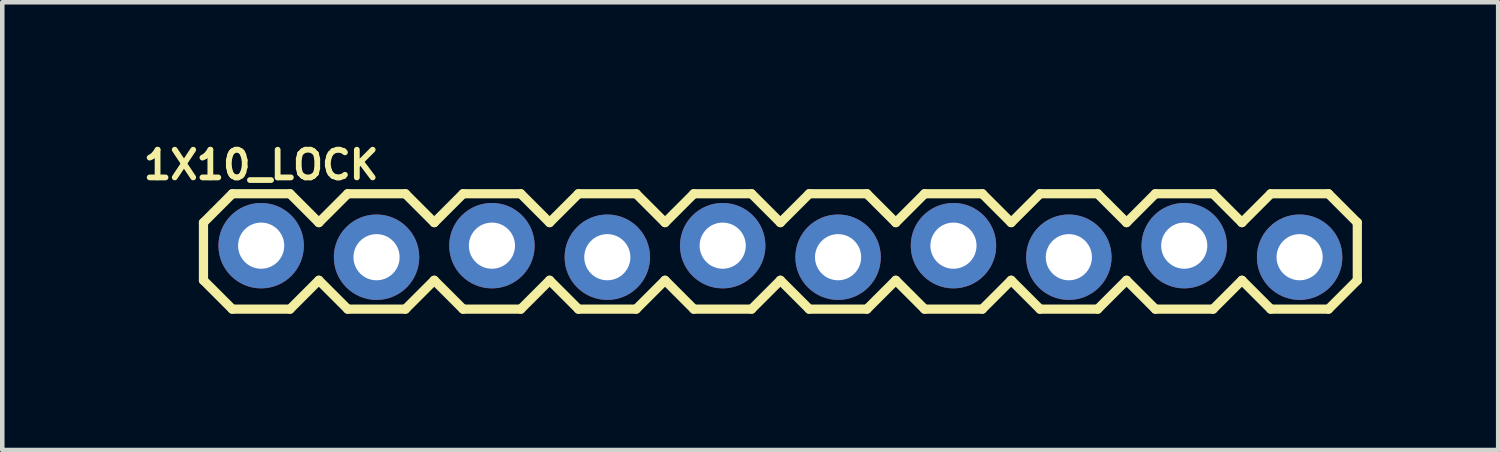
<source format=kicad_pcb>
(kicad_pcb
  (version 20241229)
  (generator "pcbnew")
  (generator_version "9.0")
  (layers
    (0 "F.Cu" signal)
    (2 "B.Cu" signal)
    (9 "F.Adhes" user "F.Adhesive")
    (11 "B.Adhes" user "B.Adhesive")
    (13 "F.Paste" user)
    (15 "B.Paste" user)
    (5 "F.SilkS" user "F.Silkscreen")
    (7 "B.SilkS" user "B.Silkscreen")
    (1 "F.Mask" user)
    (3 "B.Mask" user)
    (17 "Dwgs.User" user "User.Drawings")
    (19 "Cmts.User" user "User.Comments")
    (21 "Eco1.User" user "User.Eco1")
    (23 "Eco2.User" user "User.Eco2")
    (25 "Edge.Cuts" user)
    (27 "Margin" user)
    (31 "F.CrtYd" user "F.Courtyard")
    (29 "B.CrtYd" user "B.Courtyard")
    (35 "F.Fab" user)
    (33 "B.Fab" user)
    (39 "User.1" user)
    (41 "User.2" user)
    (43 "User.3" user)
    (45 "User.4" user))
  (footprint "1X10_LOCK"
    (layer "F.Cu")
    (at 2.699 2.485)
    (property "Reference" "1X10_LOCK" (at 0 -1.905 0) (layer "F.SilkS") (effects (font (size 0.61 0.61) (thickness 0.127))))
    (attr exclude_from_pos_files exclude_from_bom)
    (fp_line (start -1.27 -0.635) (end -1.27 0.635) (stroke (width 0.203) (type solid)) (layer "F.SilkS"))
    (fp_line (start -1.27 0.635) (end -0.635 1.27) (stroke (width 0.203) (type solid)) (layer "F.SilkS"))
    (fp_line (start -0.635 -1.27) (end -1.27 -0.635) (stroke (width 0.203) (type solid)) (layer "F.SilkS"))
    (fp_line (start -0.635 -1.27) (end 0.635 -1.27) (stroke (width 0.203) (type solid)) (layer "F.SilkS"))
    (fp_line (start 0.635 -1.27) (end 1.27 -0.635) (stroke (width 0.203) (type solid)) (layer "F.SilkS"))
    (fp_line (start 0.635 1.27) (end -0.635 1.27) (stroke (width 0.203) (type solid)) (layer "F.SilkS"))
    (fp_line (start 1.27 -0.635) (end 1.905 -1.27) (stroke (width 0.203) (type solid)) (layer "F.SilkS"))
    (fp_line (start 1.27 0.635) (end 0.635 1.27) (stroke (width 0.203) (type solid)) (layer "F.SilkS"))
    (fp_line (start 1.905 -1.27) (end 3.175 -1.27) (stroke (width 0.203) (type solid)) (layer "F.SilkS"))
    (fp_line (start 1.905 1.27) (end 1.27 0.635) (stroke (width 0.203) (type solid)) (layer "F.SilkS"))
    (fp_line (start 3.175 -1.27) (end 3.81 -0.635) (stroke (width 0.203) (type solid)) (layer "F.SilkS"))
    (fp_line (start 3.175 1.27) (end 1.905 1.27) (stroke (width 0.203) (type solid)) (layer "F.SilkS"))
    (fp_line (start 3.81 -0.635) (end 4.445 -1.27) (stroke (width 0.203) (type solid)) (layer "F.SilkS"))
    (fp_line (start 3.81 0.635) (end 3.175 1.27) (stroke (width 0.203) (type solid)) (layer "F.SilkS"))
    (fp_line (start 4.445 -1.27) (end 5.715 -1.27) (stroke (width 0.203) (type solid)) (layer "F.SilkS"))
    (fp_line (start 4.445 1.27) (end 3.81 0.635) (stroke (width 0.203) (type solid)) (layer "F.SilkS"))
    (fp_line (start 5.715 -1.27) (end 6.35 -0.635) (stroke (width 0.203) (type solid)) (layer "F.SilkS"))
    (fp_line (start 5.715 1.27) (end 4.445 1.27) (stroke (width 0.203) (type solid)) (layer "F.SilkS"))
    (fp_line (start 6.35 0.635) (end 5.715 1.27) (stroke (width 0.203) (type solid)) (layer "F.SilkS"))
    (fp_line (start 6.35 0.635) (end 6.985 1.27) (stroke (width 0.203) (type solid)) (layer "F.SilkS"))
    (fp_line (start 6.985 -1.27) (end 6.35 -0.635) (stroke (width 0.203) (type solid)) (layer "F.SilkS"))
    (fp_line (start 6.985 -1.27) (end 8.255 -1.27) (stroke (width 0.203) (type solid)) (layer "F.SilkS"))
    (fp_line (start 8.255 -1.27) (end 8.89 -0.635) (stroke (width 0.203) (type solid)) (layer "F.SilkS"))
    (fp_line (start 8.255 1.27) (end 6.985 1.27) (stroke (width 0.203) (type solid)) (layer "F.SilkS"))
    (fp_line (start 8.89 -0.635) (end 9.525 -1.27) (stroke (width 0.203) (type solid)) (layer "F.SilkS"))
    (fp_line (start 8.89 0.635) (end 8.255 1.27) (stroke (width 0.203) (type solid)) (layer "F.SilkS"))
    (fp_line (start 9.525 -1.27) (end 10.795 -1.27) (stroke (width 0.203) (type solid)) (layer "F.SilkS"))
    (fp_line (start 9.525 1.27) (end 8.89 0.635) (stroke (width 0.203) (type solid)) (layer "F.SilkS"))
    (fp_line (start 10.795 -1.27) (end 11.43 -0.635) (stroke (width 0.203) (type solid)) (layer "F.SilkS"))
    (fp_line (start 10.795 1.27) (end 9.525 1.27) (stroke (width 0.203) (type solid)) (layer "F.SilkS"))
    (fp_line (start 11.43 -0.635) (end 12.065 -1.27) (stroke (width 0.203) (type solid)) (layer "F.SilkS"))
    (fp_line (start 11.43 0.635) (end 10.795 1.27) (stroke (width 0.203) (type solid)) (layer "F.SilkS"))
    (fp_line (start 12.065 -1.27) (end 13.335 -1.27) (stroke (width 0.203) (type solid)) (layer "F.SilkS"))
    (fp_line (start 12.065 1.27) (end 11.43 0.635) (stroke (width 0.203) (type solid)) (layer "F.SilkS"))
    (fp_line (start 13.335 -1.27) (end 13.97 -0.635) (stroke (width 0.203) (type solid)) (layer "F.SilkS"))
    (fp_line (start 13.335 1.27) (end 12.065 1.27) (stroke (width 0.203) (type solid)) (layer "F.SilkS"))
    (fp_line (start 13.97 0.635) (end 13.335 1.27) (stroke (width 0.203) (type solid)) (layer "F.SilkS"))
    (fp_line (start 13.97 0.635) (end 14.605 1.27) (stroke (width 0.203) (type solid)) (layer "F.SilkS"))
    (fp_line (start 14.605 -1.27) (end 13.97 -0.635) (stroke (width 0.203) (type solid)) (layer "F.SilkS"))
    (fp_line (start 14.605 -1.27) (end 15.875 -1.27) (stroke (width 0.203) (type solid)) (layer "F.SilkS"))
    (fp_line (start 15.875 -1.27) (end 16.51 -0.635) (stroke (width 0.203) (type solid)) (layer "F.SilkS"))
    (fp_line (start 15.875 1.27) (end 14.605 1.27) (stroke (width 0.203) (type solid)) (layer "F.SilkS"))
    (fp_line (start 16.51 0.635) (end 15.875 1.27) (stroke (width 0.203) (type solid)) (layer "F.SilkS"))
    (fp_line (start 16.51 0.635) (end 17.145 1.27) (stroke (width 0.203) (type solid)) (layer "F.SilkS"))
    (fp_line (start 17.145 -1.27) (end 16.51 -0.635) (stroke (width 0.203) (type solid)) (layer "F.SilkS"))
    (fp_line (start 17.145 -1.27) (end 18.415 -1.27) (stroke (width 0.203) (type solid)) (layer "F.SilkS"))
    (fp_line (start 18.415 -1.27) (end 19.05 -0.635) (stroke (width 0.203) (type solid)) (layer "F.SilkS"))
    (fp_line (start 18.415 1.27) (end 17.145 1.27) (stroke (width 0.203) (type solid)) (layer "F.SilkS"))
    (fp_line (start 19.05 0.635) (end 18.415 1.27) (stroke (width 0.203) (type solid)) (layer "F.SilkS"))
    (fp_line (start 19.05 0.635) (end 19.685 1.27) (stroke (width 0.203) (type solid)) (layer "F.SilkS"))
    (fp_line (start 19.685 -1.27) (end 19.05 -0.635) (stroke (width 0.203) (type solid)) (layer "F.SilkS"))
    (fp_line (start 19.685 -1.27) (end 20.955 -1.27) (stroke (width 0.203) (type solid)) (layer "F.SilkS"))
    (fp_line (start 20.955 -1.27) (end 21.59 -0.635) (stroke (width 0.203) (type solid)) (layer "F.SilkS"))
    (fp_line (start 20.955 1.27) (end 19.685 1.27) (stroke (width 0.203) (type solid)) (layer "F.SilkS"))
    (fp_line (start 21.59 0.635) (end 20.955 1.27) (stroke (width 0.203) (type solid)) (layer "F.SilkS"))
    (fp_line (start 21.59 0.635) (end 22.225 1.27) (stroke (width 0.203) (type solid)) (layer "F.SilkS"))
    (fp_line (start 22.225 -1.27) (end 21.59 -0.635) (stroke (width 0.203) (type solid)) (layer "F.SilkS"))
    (fp_line (start 22.225 -1.27) (end 23.495 -1.27) (stroke (width 0.203) (type solid)) (layer "F.SilkS"))
    (fp_line (start 23.495 -1.27) (end 24.13 -0.635) (stroke (width 0.203) (type solid)) (layer "F.SilkS"))
    (fp_line (start 23.495 1.27) (end 22.225 1.27) (stroke (width 0.203) (type solid)) (layer "F.SilkS"))
    (fp_line (start 24.13 -0.635) (end 24.13 0.635) (stroke (width 0.203) (type solid)) (layer "F.SilkS"))
    (fp_line (start 24.13 0.635) (end 23.495 1.27) (stroke (width 0.203) (type solid)) (layer "F.SilkS"))
    (pad "1" thru_hole circle (at 0 -0.127) (size 1.88 1.88) (drill 1.016) (layers "*.Cu" "*.Mask"))
    (pad "2" thru_hole circle (at 2.54 0.127) (size 1.88 1.88) (drill 1.016) (layers "*.Cu" "*.Mask"))
    (pad "3" thru_hole circle (at 5.08 -0.127) (size 1.88 1.88) (drill 1.016) (layers "*.Cu" "*.Mask"))
    (pad "4" thru_hole circle (at 7.62 0.127) (size 1.88 1.88) (drill 1.016) (layers "*.Cu" "*.Mask"))
    (pad "5" thru_hole circle (at 10.16 -0.127) (size 1.88 1.88) (drill 1.016) (layers "*.Cu" "*.Mask"))
    (pad "6" thru_hole circle (at 12.7 0.127) (size 1.88 1.88) (drill 1.016) (layers "*.Cu" "*.Mask"))
    (pad "7" thru_hole circle (at 15.24 -0.127) (size 1.88 1.88) (drill 1.016) (layers "*.Cu" "*.Mask"))
    (pad "8" thru_hole circle (at 17.78 0.127) (size 1.88 1.88) (drill 1.016) (layers "*.Cu" "*.Mask"))
    (pad "9" thru_hole circle (at 20.32 -0.127) (size 1.88 1.88) (drill 1.016) (layers "*.Cu" "*.Mask"))
    (pad "10" thru_hole circle (at 22.86 0.127) (size 1.88 1.88) (drill 1.016) (layers "*.Cu" "*.Mask")))
  (gr_rect
    (start -3 -3)
    (end 29.93 6.856)
    (stroke (width 0.1) (type default))
    (fill no)
    (layer "Edge.Cuts")))
</source>
